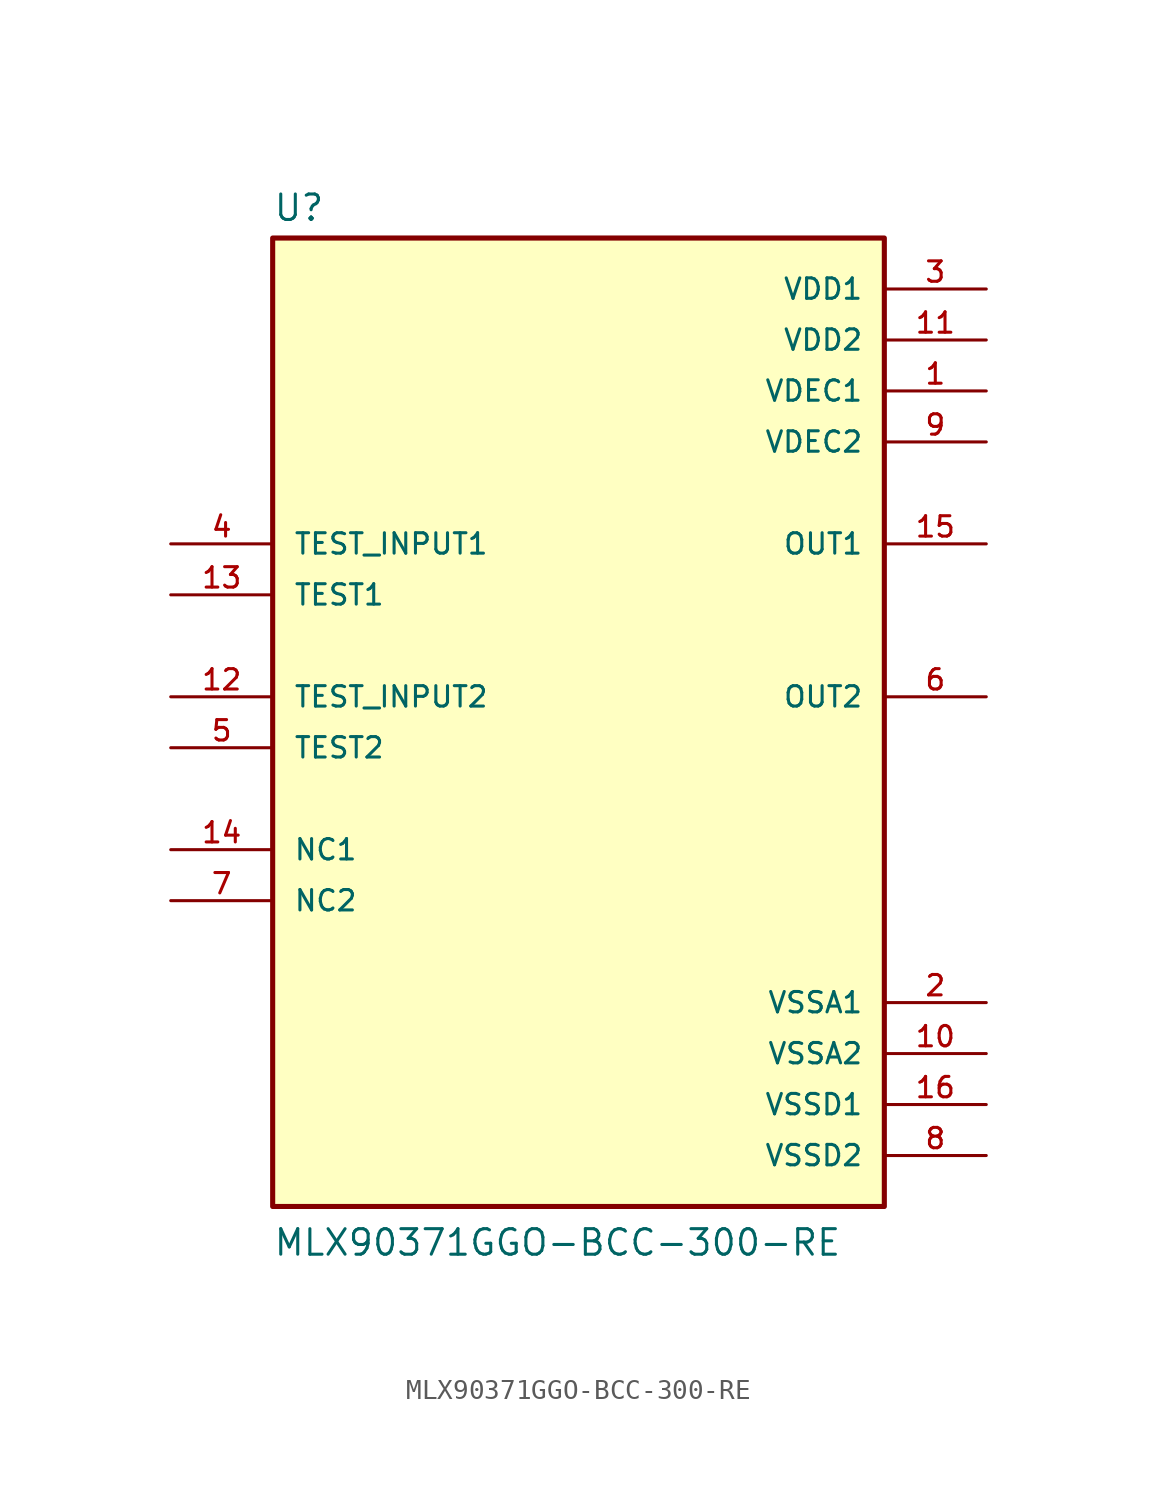
<source format=kicad_sym>
(kicad_symbol_lib
  (version 20231120)
  (generator "kicad_symbol_editor")
  (generator_version "8.0")
  (symbol "MLX90371GGO-BCC-300-RE"
    (pin_names
      (offset 1.016))
    (property "Reference" "U"
      (at -15.24 23.622 0)
      (effects (font (size 1.27 1.27)) (justify left bottom)))
    (property "Value" "MLX90371GGO-BCC-300-RE"
      (at -15.24 -27.94 0)
      (effects (font (size 1.27 1.27)) (justify left bottom)))
    (symbol "MLX90371GGO-BCC-300-RE_0_0"
      (rectangle (start -15.24 -25.4) (end 15.24 22.86) (stroke (width 0.254) (type default)) (fill (type background)))
      (pin power_in line (at 20.32 15.24 180) (length 5.08) (name "VDEC1" (effects (font (size 1.016 1.016)))) (number "1" (effects (font (size 1.016 1.016)))))
      (pin power_in line (at 20.32 -17.78 180) (length 5.08) (name "VSSA2" (effects (font (size 1.016 1.016)))) (number "10" (effects (font (size 1.016 1.016)))))
      (pin power_in line (at 20.32 17.78 180) (length 5.08) (name "VDD2" (effects (font (size 1.016 1.016)))) (number "11" (effects (font (size 1.016 1.016)))))
      (pin passive line (at -20.32 0 0) (length 5.08) (name "TEST_INPUT2" (effects (font (size 1.016 1.016)))) (number "12" (effects (font (size 1.016 1.016)))))
      (pin passive line (at -20.32 5.08 0) (length 5.08) (name "TEST1" (effects (font (size 1.016 1.016)))) (number "13" (effects (font (size 1.016 1.016)))))
      (pin passive line (at -20.32 -7.62 0) (length 5.08) (name "NC1" (effects (font (size 1.016 1.016)))) (number "14" (effects (font (size 1.016 1.016)))))
      (pin output line (at 20.32 7.62 180) (length 5.08) (name "OUT1" (effects (font (size 1.016 1.016)))) (number "15" (effects (font (size 1.016 1.016)))))
      (pin power_in line (at 20.32 -20.32 180) (length 5.08) (name "VSSD1" (effects (font (size 1.016 1.016)))) (number "16" (effects (font (size 1.016 1.016)))))
      (pin power_in line (at 20.32 -15.24 180) (length 5.08) (name "VSSA1" (effects (font (size 1.016 1.016)))) (number "2" (effects (font (size 1.016 1.016)))))
      (pin power_in line (at 20.32 20.32 180) (length 5.08) (name "VDD1" (effects (font (size 1.016 1.016)))) (number "3" (effects (font (size 1.016 1.016)))))
      (pin passive line (at -20.32 7.62 0) (length 5.08) (name "TEST_INPUT1" (effects (font (size 1.016 1.016)))) (number "4" (effects (font (size 1.016 1.016)))))
      (pin passive line (at -20.32 -2.54 0) (length 5.08) (name "TEST2" (effects (font (size 1.016 1.016)))) (number "5" (effects (font (size 1.016 1.016)))))
      (pin output line (at 20.32 0 180) (length 5.08) (name "OUT2" (effects (font (size 1.016 1.016)))) (number "6" (effects (font (size 1.016 1.016)))))
      (pin passive line (at -20.32 -10.16 0) (length 5.08) (name "NC2" (effects (font (size 1.016 1.016)))) (number "7" (effects (font (size 1.016 1.016)))))
      (pin power_in line (at 20.32 -22.86 180) (length 5.08) (name "VSSD2" (effects (font (size 1.016 1.016)))) (number "8" (effects (font (size 1.016 1.016)))))
      (pin power_in line (at 20.32 12.7 180) (length 5.08) (name "VDEC2" (effects (font (size 1.016 1.016)))) (number "9" (effects (font (size 1.016 1.016))))))))
</source>
